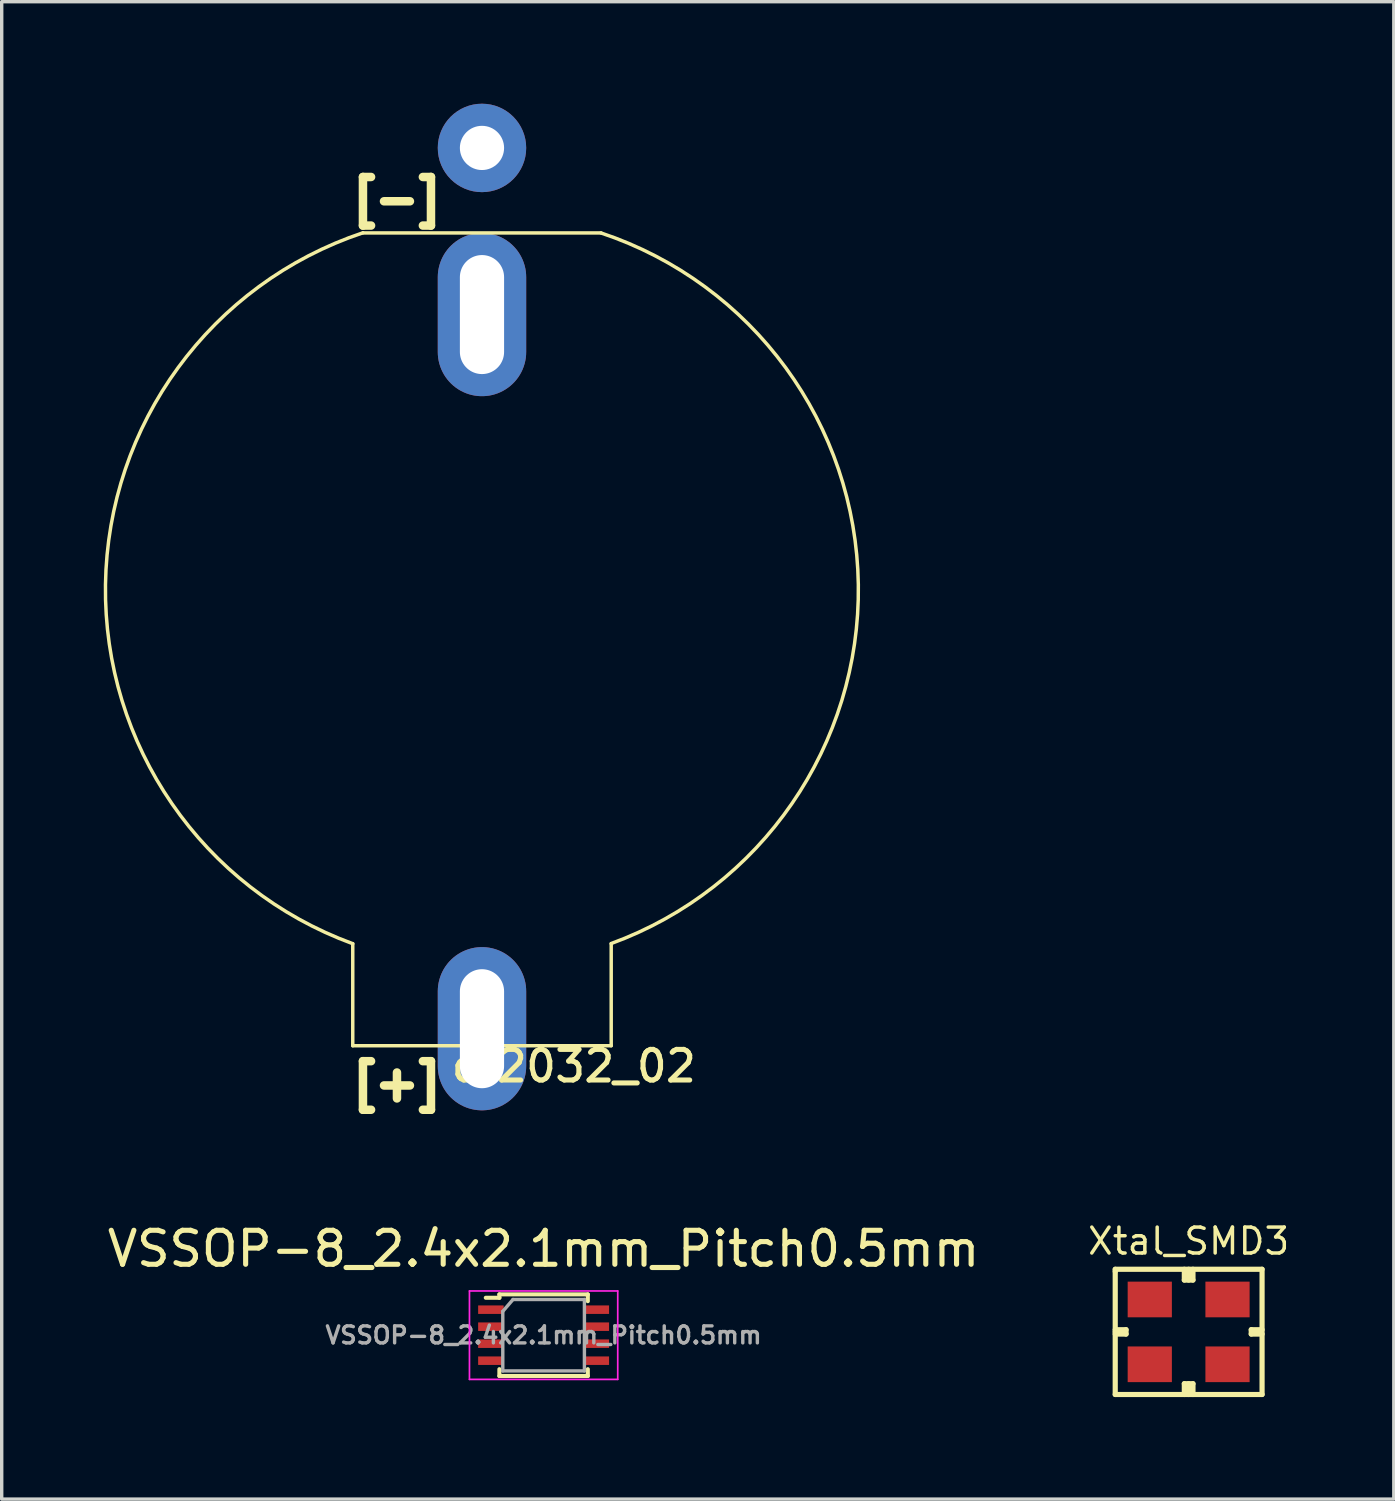
<source format=kicad_pcb>
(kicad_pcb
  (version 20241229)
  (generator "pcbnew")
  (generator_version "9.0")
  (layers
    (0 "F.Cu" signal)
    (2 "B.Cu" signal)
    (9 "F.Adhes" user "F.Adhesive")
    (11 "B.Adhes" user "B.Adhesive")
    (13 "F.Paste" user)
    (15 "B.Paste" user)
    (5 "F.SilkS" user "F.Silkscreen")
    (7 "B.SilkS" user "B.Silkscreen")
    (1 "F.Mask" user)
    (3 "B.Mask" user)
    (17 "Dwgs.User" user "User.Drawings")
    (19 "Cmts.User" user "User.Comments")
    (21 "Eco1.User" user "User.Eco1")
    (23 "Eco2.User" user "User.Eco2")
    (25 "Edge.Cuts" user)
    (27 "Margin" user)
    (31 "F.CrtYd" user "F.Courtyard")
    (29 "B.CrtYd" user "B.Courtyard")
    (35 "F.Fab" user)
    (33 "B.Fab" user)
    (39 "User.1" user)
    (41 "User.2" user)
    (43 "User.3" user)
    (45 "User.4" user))
  (footprint "VSSOP-8_2.4x2.1mm_Pitch0.5mm"
    (layer "F.Cu")
    (at 12.935 36.212)
    (property "Reference" "VSSOP-8_2.4x2.1mm_Pitch0.5mm" (at 0 -2.54 0) (layer "F.SilkS") (effects (font (size 1 1) (thickness 0.15))))
    (attr smd)
    (fp_line (start -1.3 -1.2) (end -1.3 -1.1) (stroke (width 0.12) (type solid)) (layer "F.SilkS"))
    (fp_line (start -1.3 -1.1) (end -1.7 -1.1) (stroke (width 0.12) (type solid)) (layer "F.SilkS"))
    (fp_line (start -1.3 1.2) (end -1.3 1) (stroke (width 0.12) (type solid)) (layer "F.SilkS"))
    (fp_line (start -1.3 1.2) (end 1.3 1.2) (stroke (width 0.12) (type solid)) (layer "F.SilkS"))
    (fp_line (start 1.3 -1.2) (end -1.3 -1.2) (stroke (width 0.12) (type solid)) (layer "F.SilkS"))
    (fp_line (start 1.3 -1) (end 1.3 -1.2) (stroke (width 0.12) (type solid)) (layer "F.SilkS"))
    (fp_line (start 1.3 1.2) (end 1.3 1) (stroke (width 0.12) (type solid)) (layer "F.SilkS"))
    (fp_line (start -2.18 -1.3) (end 2.18 -1.3) (stroke (width 0.05) (type solid)) (layer "F.CrtYd"))
    (fp_line (start -2.18 1.3) (end -2.18 -1.3) (stroke (width 0.05) (type solid)) (layer "F.CrtYd"))
    (fp_line (start 2.18 -1.3) (end 2.18 1.3) (stroke (width 0.05) (type solid)) (layer "F.CrtYd"))
    (fp_line (start 2.18 1.3) (end -2.18 1.3) (stroke (width 0.05) (type solid)) (layer "F.CrtYd"))
    (fp_line (start -1.2 -0.7) (end -1.2 1.05) (stroke (width 0.1) (type solid)) (layer "F.Fab"))
    (fp_line (start -1.2 1.05) (end 1.2 1.05) (stroke (width 0.1) (type solid)) (layer "F.Fab"))
    (fp_line (start -0.9 -1.05) (end -1.2 -0.7) (stroke (width 0.1) (type solid)) (layer "F.Fab"))
    (fp_line (start 1.2 -1.05) (end -0.9 -1.05) (stroke (width 0.1) (type solid)) (layer "F.Fab"))
    (fp_line (start 1.2 1.05) (end 1.2 -1.05) (stroke (width 0.1) (type solid)) (layer "F.Fab"))
    (fp_text user "${REFERENCE}" (at 0 0 0) (layer "F.Fab") (effects (font (size 0.5 0.5) (thickness 0.1))))
    (pad "1" smd rect (at -1.55 -0.75) (size 0.75 0.25) (layers "F.Cu" "F.Mask" "F.Paste"))
    (pad "2" smd rect (at -1.55 -0.25) (size 0.75 0.25) (layers "F.Cu" "F.Mask" "F.Paste"))
    (pad "3" smd rect (at -1.55 0.25) (size 0.75 0.25) (layers "F.Cu" "F.Mask" "F.Paste"))
    (pad "4" smd rect (at -1.55 0.75) (size 0.75 0.25) (layers "F.Cu" "F.Mask" "F.Paste"))
    (pad "5" smd rect (at 1.55 0.75) (size 0.75 0.25) (layers "F.Cu" "F.Mask" "F.Paste"))
    (pad "6" smd rect (at 1.55 0.25) (size 0.75 0.25) (layers "F.Cu" "F.Mask" "F.Paste"))
    (pad "7" smd rect (at 1.55 -0.25) (size 0.75 0.25) (layers "F.Cu" "F.Mask" "F.Paste"))
    (pad "8" smd rect (at 1.55 -0.75) (size 0.75 0.25) (layers "F.Cu" "F.Mask" "F.Paste")))
  (footprint "Xtal_SMD3"
    (layer "F.Cu")
    (at 31.903 36.115)
    (property "Reference" "Xtal_SMD3" (at 0 -2.667 0) (layer "F.SilkS") (effects (font (size 0.762 0.762) (thickness 0.102))))
    (attr smd)
    (fp_line (start -2.159 -1.841) (end 2.159 -1.841) (stroke (width 0.152) (type solid)) (layer "F.SilkS"))
    (fp_line (start -2.159 -1.778) (end -2.159 -1.841) (stroke (width 0.152) (type solid)) (layer "F.SilkS"))
    (fp_line (start -2.159 -0.064) (end -1.841 -0.064) (stroke (width 0.152) (type solid)) (layer "F.SilkS"))
    (fp_line (start -2.159 0) (end -2.159 -1.778) (stroke (width 0.152) (type solid)) (layer "F.SilkS"))
    (fp_line (start -2.159 1.841) (end -2.159 0) (stroke (width 0.152) (type solid)) (layer "F.SilkS"))
    (fp_line (start -1.841 -0.064) (end -1.841 0.064) (stroke (width 0.152) (type solid)) (layer "F.SilkS"))
    (fp_line (start -1.841 0.064) (end -2.159 0.064) (stroke (width 0.152) (type solid)) (layer "F.SilkS"))
    (fp_line (start -0.127 -1.524) (end -0.127 -1.841) (stroke (width 0.152) (type solid)) (layer "F.SilkS"))
    (fp_line (start -0.127 1.524) (end 0.127 1.524) (stroke (width 0.152) (type solid)) (layer "F.SilkS"))
    (fp_line (start -0.127 1.841) (end -0.127 1.524) (stroke (width 0.152) (type solid)) (layer "F.SilkS"))
    (fp_line (start 0 -1.524) (end 0 -1.841) (stroke (width 0.152) (type solid)) (layer "F.SilkS"))
    (fp_line (start 0 1.524) (end 0 1.841) (stroke (width 0.152) (type solid)) (layer "F.SilkS"))
    (fp_line (start 0.127 -1.841) (end 0.127 -1.524) (stroke (width 0.152) (type solid)) (layer "F.SilkS"))
    (fp_line (start 0.127 -1.524) (end -0.127 -1.524) (stroke (width 0.152) (type solid)) (layer "F.SilkS"))
    (fp_line (start 0.127 1.524) (end 0.127 1.841) (stroke (width 0.152) (type solid)) (layer "F.SilkS"))
    (fp_line (start 1.841 -0.064) (end 1.841 0.064) (stroke (width 0.152) (type solid)) (layer "F.SilkS"))
    (fp_line (start 1.841 0.064) (end 2.159 0.064) (stroke (width 0.152) (type solid)) (layer "F.SilkS"))
    (fp_line (start 2.159 -1.841) (end 2.159 1.841) (stroke (width 0.152) (type solid)) (layer "F.SilkS"))
    (fp_line (start 2.159 -0.064) (end 1.841 -0.064) (stroke (width 0.152) (type solid)) (layer "F.SilkS"))
    (fp_line (start 2.159 1.841) (end -2.159 1.841) (stroke (width 0.152) (type solid)) (layer "F.SilkS"))
    (pad "1" smd rect (at -1.143 0.953) (size 1.3 1.049) (layers "F.Cu" "F.Mask" "F.Paste"))
    (pad "2" smd rect (at 1.143 -0.953) (size 1.3 1.049) (layers "F.Cu" "F.Mask" "F.Paste"))
    (pad "3" smd rect (at -1.143 -0.953) (size 1.3 1.049) (layers "F.Cu" "F.Mask" "F.Paste"))
    (pad "3" smd rect (at 1.143 0.953) (size 1.3 1.049) (layers "F.Cu" "F.Mask" "F.Paste")))
  (footprint "cr2032_02"
    (layer "F.Cu")
    (at 11.123 14.3)
    (property "Reference" "cr2032_02" (at 2.7 14 180) (layer "F.SilkS") (effects (font (size 0.9 0.9) (thickness 0.15))))
    (attr through_hole)
    (fp_line (start -3.8 10.4) (end -3.8 13.4) (stroke (width 0.102) (type solid)) (layer "F.SilkS"))
    (fp_line (start -3.8 13.4) (end 3.8 13.4) (stroke (width 0.102) (type solid)) (layer "F.SilkS"))
    (fp_line (start -3.5 -10.5) (end 3.5 -10.5) (stroke (width 0.102) (type solid)) (layer "F.SilkS"))
    (fp_line (start 3.8 13.4) (end 3.8 10.4) (stroke (width 0.102) (type solid)) (layer "F.SilkS"))
    (fp_arc (start -3.8 10.4) (mid -11.071359 -0.158129) (end -3.50143 -10.504284) (stroke (width 0.1016) (type solid)) (layer "F.SilkS"))
    (fp_arc (start 3.5 -10.5) (mid 11.066843 -0.158065) (end 3.79845 10.395758) (stroke (width 0.1016) (type solid)) (layer "F.SilkS"))
    (fp_text user "[+]" (at -2.5 14.5 0) (layer "F.SilkS") (effects (font (size 1 1) (thickness 0.25))))
    (fp_text user "[-]" (at -2.5 -11.5 0) (layer "F.SilkS") (effects (font (size 1 1) (thickness 0.25))))
    (pad "1" thru_hole oval (at 0 12.9) (size 2.6 4.8) (drill oval 1.3 3.5) (layers "*.Cu" "*.Mask"))
    (pad "2" thru_hole circle (at 0 -13) (size 2.6 2.6) (drill 1.3) (layers "*.Cu" "*.Mask"))
    (pad "2" thru_hole oval (at 0 -8.1) (size 2.6 4.8) (drill oval 1.3 3.5) (layers "*.Cu" "*.Mask")))
  (gr_rect
    (start -3 -3)
    (end 37.936 41.033)
    (stroke (width 0.1) (type default))
    (fill no)
    (layer "Edge.Cuts")))
</source>
